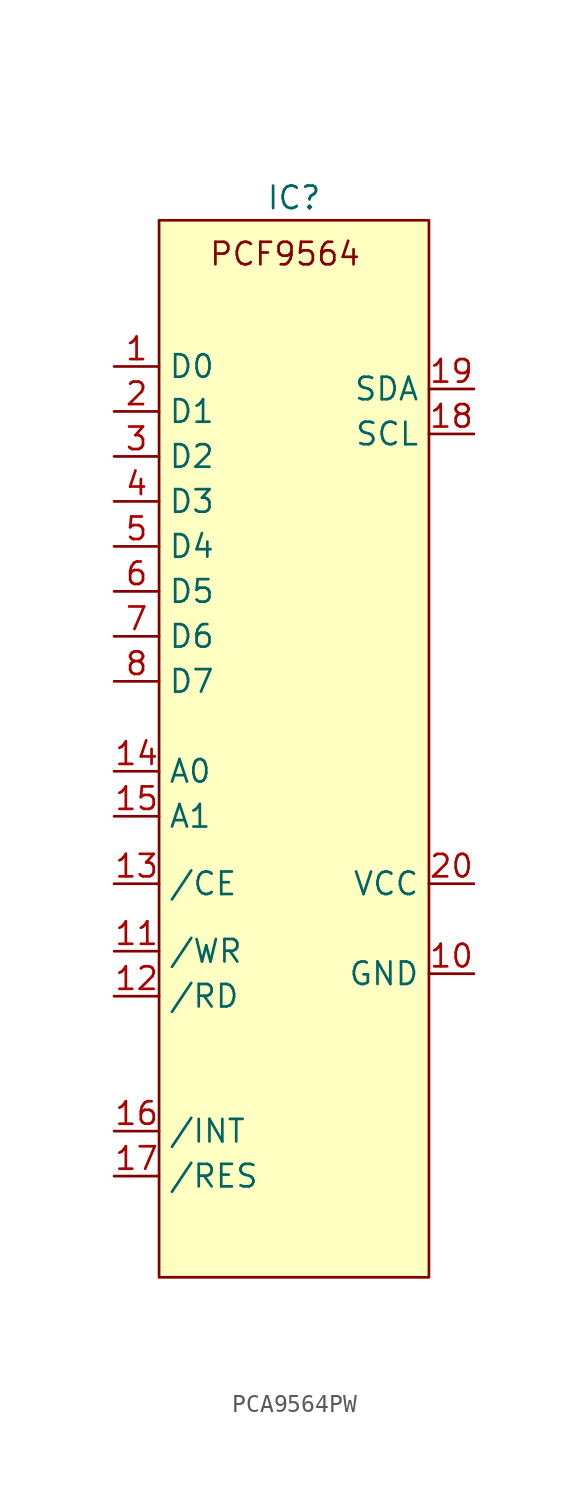
<source format=kicad_sym>
(kicad_symbol_lib
  (version 20231120)
  (generator "kicad_symbol_editor")
  (generator_version "8.0")
  (symbol "PCA9564PW"
    (property "Reference" "IC"
      (at 0 23.495 0)
      (effects (font (size 1.27 1.27))))
    (property "Value" ""
      (at 0 23.495 0)
      (effects (font (size 1.27 1.27))))
    (symbol "PCA9564PW_1_1"
      (rectangle (start -7.62 22.225) (end 7.62 -37.465) (stroke (width 0) (type default)) (fill (type background)))
      (text "PCF9564" (at -0.508 20.32 0) (effects (font (size 1.27 1.27))))
      (pin bidirectional line (at -10.16 13.97 0) (length 2.54) (name "D0" (effects (font (size 1.27 1.27)))) (number "1" (effects (font (size 1.27 1.27)))))
      (pin power_in line (at 10.16 -20.32 180) (length 2.54) (name "GND" (effects (font (size 1.27 1.27)))) (number "10" (effects (font (size 1.27 1.27)))))
      (pin input line (at -10.16 -19.05 0) (length 2.54) (name "/WR" (effects (font (size 1.27 1.27)))) (number "11" (effects (font (size 1.27 1.27)))))
      (pin input line (at -10.16 -21.59 0) (length 2.54) (name "/RD" (effects (font (size 1.27 1.27)))) (number "12" (effects (font (size 1.27 1.27)))))
      (pin input line (at -10.16 -15.24 0) (length 2.54) (name "/CE" (effects (font (size 1.27 1.27)))) (number "13" (effects (font (size 1.27 1.27)))))
      (pin input line (at -10.16 -8.89 0) (length 2.54) (name "A0" (effects (font (size 1.27 1.27)))) (number "14" (effects (font (size 1.27 1.27)))))
      (pin input line (at -10.16 -11.43 0) (length 2.54) (name "A1" (effects (font (size 1.27 1.27)))) (number "15" (effects (font (size 1.27 1.27)))))
      (pin open_collector line (at -10.16 -29.21 0) (length 2.54) (name "/INT" (effects (font (size 1.27 1.27)))) (number "16" (effects (font (size 1.27 1.27)))))
      (pin input line (at -10.16 -31.75 0) (length 2.54) (name "/RES" (effects (font (size 1.27 1.27)))) (number "17" (effects (font (size 1.27 1.27)))))
      (pin bidirectional line (at 10.16 10.16 180) (length 2.54) (name "SCL" (effects (font (size 1.27 1.27)))) (number "18" (effects (font (size 1.27 1.27)))))
      (pin bidirectional line (at 10.16 12.7 180) (length 2.54) (name "SDA" (effects (font (size 1.27 1.27)))) (number "19" (effects (font (size 1.27 1.27)))))
      (pin bidirectional line (at -10.16 11.43 0) (length 2.54) (name "D1" (effects (font (size 1.27 1.27)))) (number "2" (effects (font (size 1.27 1.27)))))
      (pin power_in line (at 10.16 -15.24 180) (length 2.54) (name "VCC" (effects (font (size 1.27 1.27)))) (number "20" (effects (font (size 1.27 1.27)))))
      (pin bidirectional line (at -10.16 8.89 0) (length 2.54) (name "D2" (effects (font (size 1.27 1.27)))) (number "3" (effects (font (size 1.27 1.27)))))
      (pin bidirectional line (at -10.16 6.35 0) (length 2.54) (name "D3" (effects (font (size 1.27 1.27)))) (number "4" (effects (font (size 1.27 1.27)))))
      (pin bidirectional line (at -10.16 3.81 0) (length 2.54) (name "D4" (effects (font (size 1.27 1.27)))) (number "5" (effects (font (size 1.27 1.27)))))
      (pin bidirectional line (at -10.16 1.27 0) (length 2.54) (name "D5" (effects (font (size 1.27 1.27)))) (number "6" (effects (font (size 1.27 1.27)))))
      (pin bidirectional line (at -10.16 -1.27 0) (length 2.54) (name "D6" (effects (font (size 1.27 1.27)))) (number "7" (effects (font (size 1.27 1.27)))))
      (pin bidirectional line (at -10.16 -3.81 0) (length 2.54) (name "D7" (effects (font (size 1.27 1.27)))) (number "8" (effects (font (size 1.27 1.27))))))))
</source>
